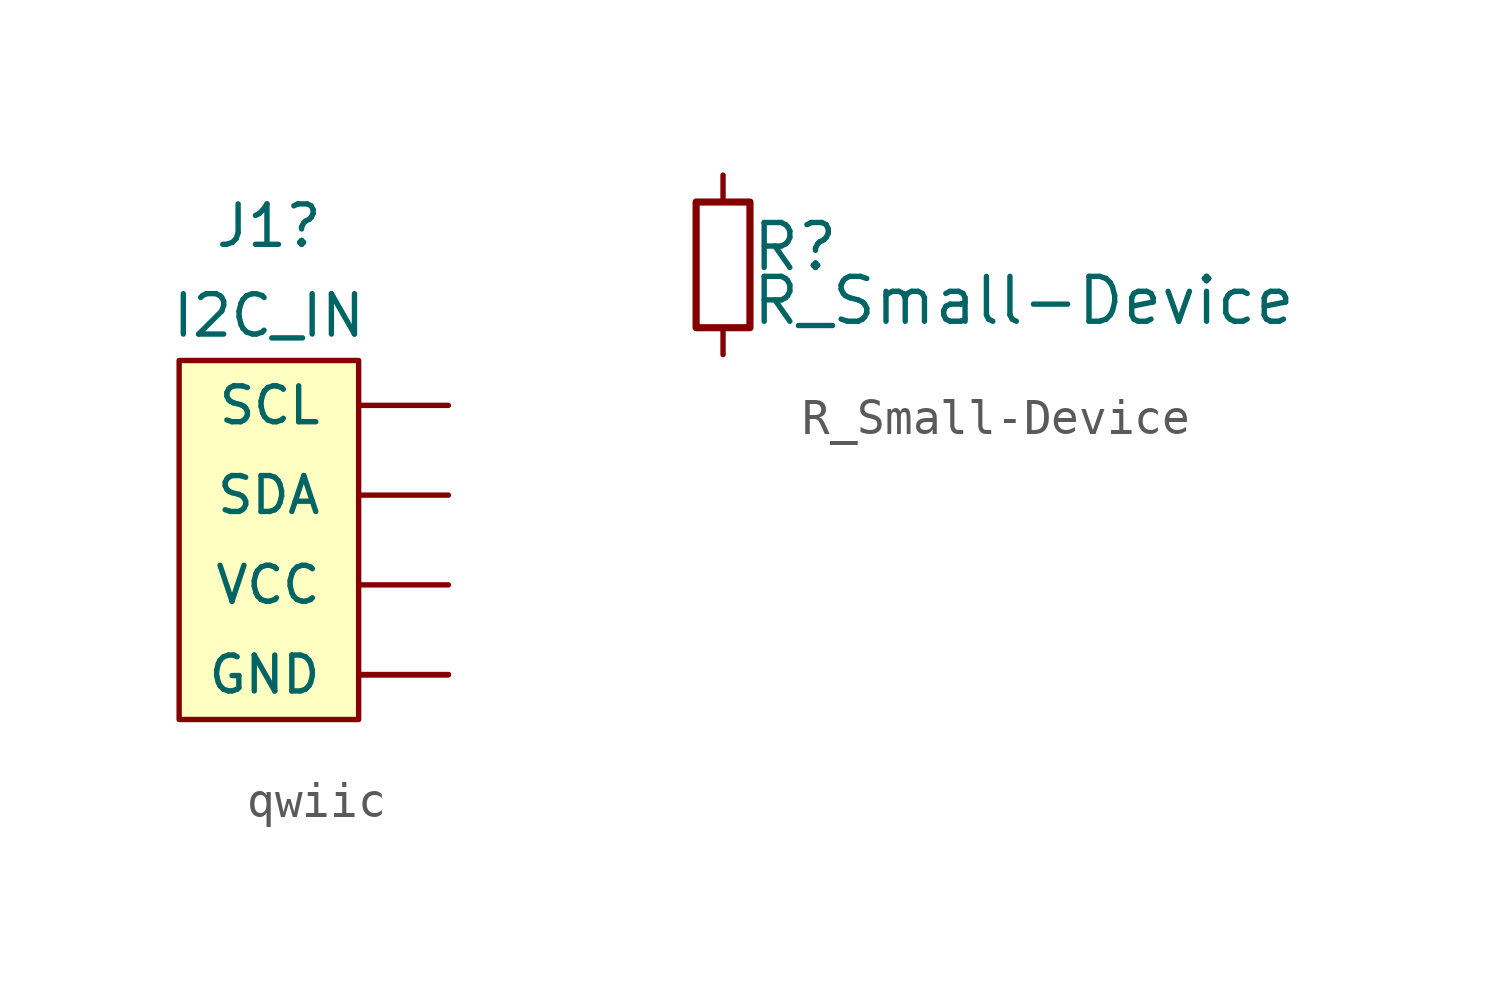
<source format=kicad_sym>
(kicad_symbol_lib
  (version 20231120)
  (generator "kicad_symbol_editor")
  (generator_version "8.0")
  (symbol "qwiic"
    (pin_numbers hide)
    (pin_names
      (offset 1.016))
    (property "Reference" "J1"
      (at -2.54 12.7 0)
      (effects (font (size 1.143 1.143))))
    (property "Value" "I2C_IN"
      (at -2.54 10.16 0)
      (effects (font (size 1.143 1.143))))
    (property "ki_locked" ""
      (at 0 0 0)
      (effects (font (size 1.27 1.27))))
    (symbol "qwiic_1_0"
      (rectangle (start 0 -1.27) (end -5.08 8.89) (stroke (width 0) (type default)) (fill (type background))))
    (symbol "qwiic_1_1"
      (pin power_in line (at 2.54 0 180) (length 2.54) (name "GND" (effects (font (size 1.016 1.016)))) (number "1" (effects (font (size 1.016 1.016)))))
      (pin power_in line (at 2.54 2.54 180) (length 2.54) (name "VCC" (effects (font (size 1.016 1.016)))) (number "2" (effects (font (size 1.016 1.016)))))
      (pin passive line (at 2.54 5.08 180) (length 2.54) (name "SDA" (effects (font (size 1.016 1.016)))) (number "3" (effects (font (size 1.016 1.016)))))
      (pin passive line (at 2.54 7.62 180) (length 2.54) (name "SCL" (effects (font (size 1.016 1.016)))) (number "4" (effects (font (size 1.016 1.016)))))
      (pin power_in line (at 2.54 0 180) (length 2.54) (name "~" (effects (font (size 1.27 1.27)))) (number "5" (effects (font (size 1.27 1.27)))))
      (pin power_in line (at 2.54 0 180) (length 2.54) (name "~" (effects (font (size 1.27 1.27)))) (number "6" (effects (font (size 1.27 1.27)))))))
  (symbol "R_Small-Device"
    (pin_numbers hide)
    (pin_names
      (offset 0.254) hide)
    (property "Reference" "R"
      (at 0.762 0.508 0)
      (effects (font (size 1.27 1.27)) (justify left)))
    (property "Value" "R_Small-Device"
      (at 0.762 -1.016 0)
      (effects (font (size 1.27 1.27)) (justify left)))
    (symbol "R_Small-Device_0_1"
      (rectangle (start -0.762 1.778) (end 0.762 -1.778) (stroke (width 0.203) (type default)) (fill (type none))))
    (symbol "R_Small-Device_1_1"
      (pin passive line (at 0 2.54 270) (length 0.762) (name "~" (effects (font (size 1.27 1.27)))) (number "1" (effects (font (size 1.27 1.27)))))
      (pin passive line (at 0 -2.54 90) (length 0.762) (name "~" (effects (font (size 1.27 1.27)))) (number "2" (effects (font (size 1.27 1.27))))))))
</source>
